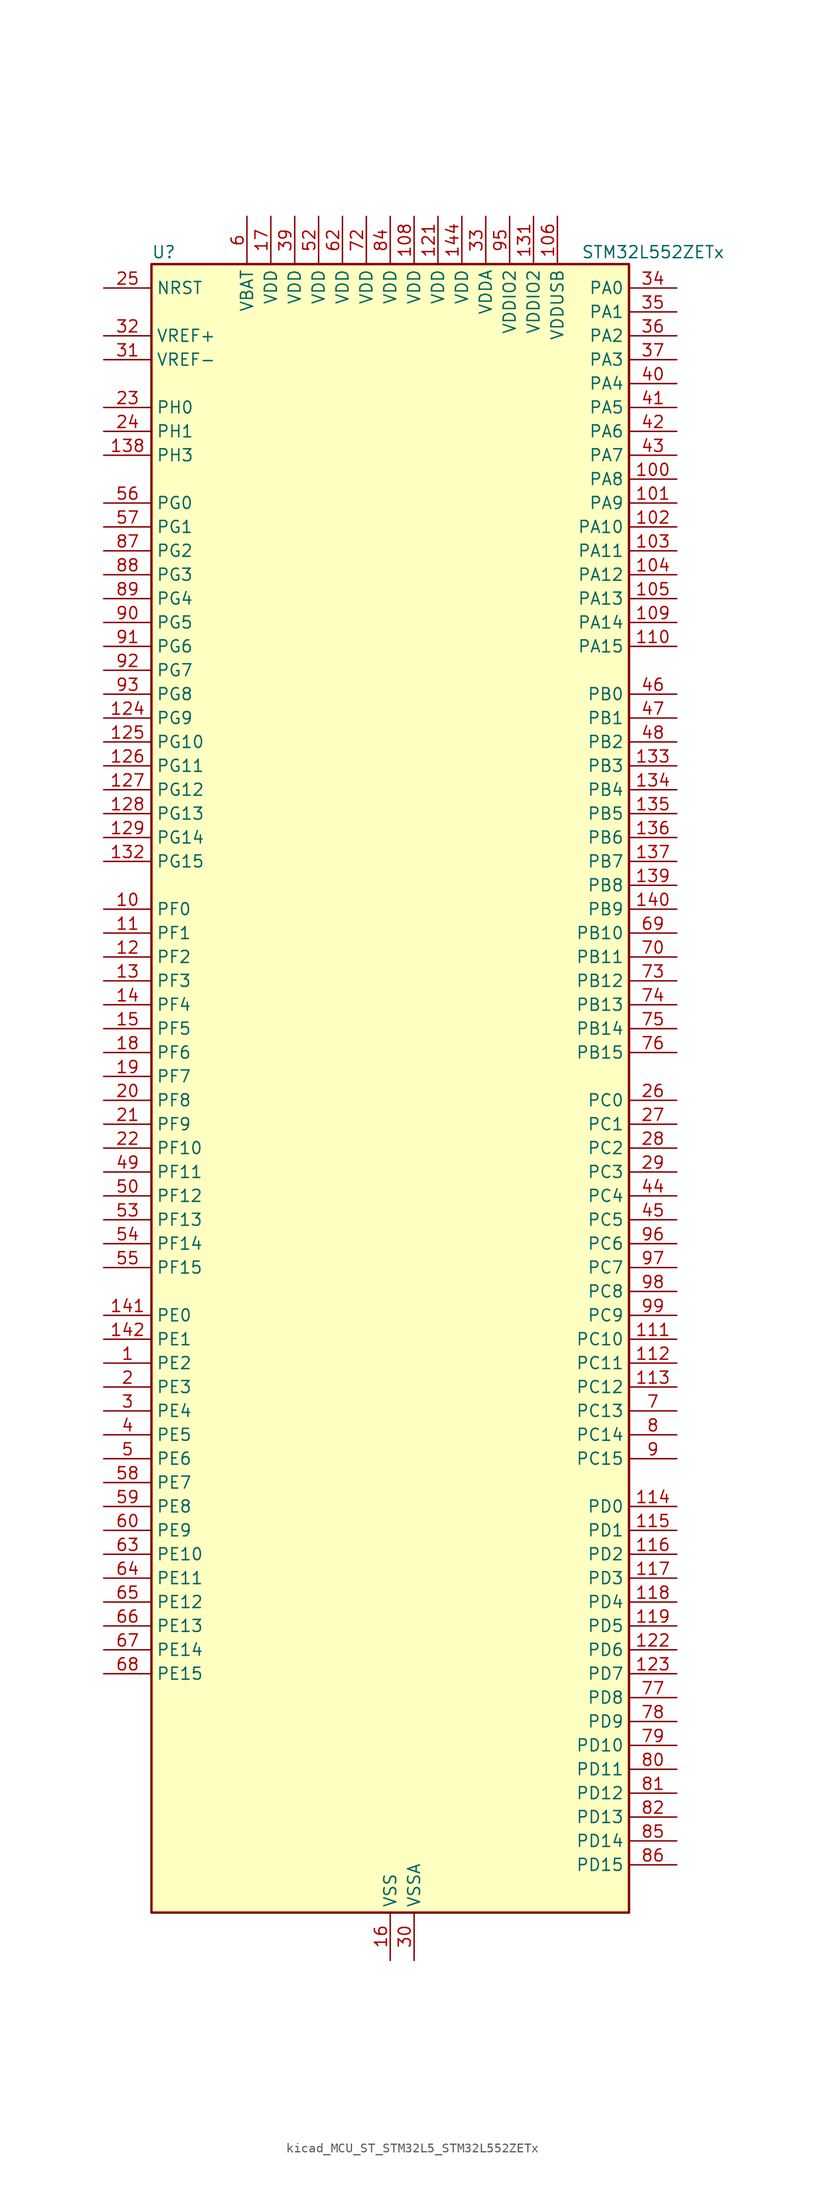
<source format=kicad_sym>
(kicad_symbol_lib
  (version 20220914)
  (generator kicad_symbol_editor)
  (symbol "kicad_MCU_ST_STM32L5_STM32L552ZETx"
    (property "Reference" "U"
      (at -25.4 90.17 0)
      (effects (font (size 1.27 1.27)) (justify left)))
    (property "Value" "STM32L552ZETx"
      (at 20.32 90.17 0)
      (effects (font (size 1.27 1.27)) (justify left)))
    (property "ki_locked" ""
      (at 0 0 0)
      (effects (font (size 1.27 1.27))))
    (symbol "kicad_MCU_ST_STM32L5_STM32L552ZETx_0_1"
      (rectangle (start -25.4 -86.36) (end 25.4 88.9) (stroke (width 0.254) (type default)) (fill (type background))))
    (symbol "kicad_MCU_ST_STM32L5_STM32L552ZETx_1_1"
      (pin bidirectional line (at -30.48 -27.94 0) (length 5.08) (name "PE2" (effects (font (size 1.27 1.27)))) (number "1" (effects (font (size 1.27 1.27)))) (alternate "DEBUG_TRACECLK" bidirectional line) (alternate "FMC_A23" bidirectional line) (alternate "SAI1_CK1" bidirectional line) (alternate "SAI1_MCLK_A" bidirectional line) (alternate "TIM3_ETR" bidirectional line) (alternate "TSC_G7_IO1" bidirectional line))
      (pin bidirectional line (at -30.48 20.32 0) (length 5.08) (name "PF0" (effects (font (size 1.27 1.27)))) (number "10" (effects (font (size 1.27 1.27)))) (alternate "FMC_A0" bidirectional line) (alternate "I2C2_SDA" bidirectional line))
      (pin bidirectional line (at 30.48 66.04 180) (length 5.08) (name "PA8" (effects (font (size 1.27 1.27)))) (number "100" (effects (font (size 1.27 1.27)))) (alternate "LPTIM2_OUT" bidirectional line) (alternate "RCC_MCO" bidirectional line) (alternate "SAI1_CK2" bidirectional line) (alternate "SAI1_SCK_A" bidirectional line) (alternate "TIM1_CH1" bidirectional line) (alternate "USART1_CK" bidirectional line))
      (pin bidirectional line (at 30.48 63.5 180) (length 5.08) (name "PA9" (effects (font (size 1.27 1.27)))) (number "101" (effects (font (size 1.27 1.27)))) (alternate "DAC1_EXTI9" bidirectional line) (alternate "SAI1_FS_A" bidirectional line) (alternate "SPI2_SCK" bidirectional line) (alternate "TIM15_BKIN" bidirectional line) (alternate "TIM1_CH2" bidirectional line) (alternate "USART1_TX" bidirectional line))
      (pin bidirectional line (at 30.48 60.96 180) (length 5.08) (name "PA10" (effects (font (size 1.27 1.27)))) (number "102" (effects (font (size 1.27 1.27)))) (alternate "CRS_SYNC" bidirectional line) (alternate "SAI1_D1" bidirectional line) (alternate "SAI1_SD_A" bidirectional line) (alternate "TIM17_BKIN" bidirectional line) (alternate "TIM1_CH3" bidirectional line) (alternate "USART1_RX" bidirectional line))
      (pin bidirectional line (at 30.48 58.42 180) (length 5.08) (name "PA11" (effects (font (size 1.27 1.27)))) (number "103" (effects (font (size 1.27 1.27)))) (alternate "ADC1_EXTI11" bidirectional line) (alternate "ADC2_EXTI11" bidirectional line) (alternate "FDCAN1_RX" bidirectional line) (alternate "SPI1_MISO" bidirectional line) (alternate "TIM1_BKIN2" bidirectional line) (alternate "TIM1_CH4" bidirectional line) (alternate "USART1_CTS" bidirectional line) (alternate "USART1_NSS" bidirectional line) (alternate "USB_DM" bidirectional line))
      (pin bidirectional line (at 30.48 55.88 180) (length 5.08) (name "PA12" (effects (font (size 1.27 1.27)))) (number "104" (effects (font (size 1.27 1.27)))) (alternate "FDCAN1_TX" bidirectional line) (alternate "SPI1_MOSI" bidirectional line) (alternate "TIM1_ETR" bidirectional line) (alternate "USART1_DE" bidirectional line) (alternate "USART1_RTS" bidirectional line) (alternate "USB_DP" bidirectional line))
      (pin bidirectional line (at 30.48 53.34 180) (length 5.08) (name "PA13" (effects (font (size 1.27 1.27)))) (number "105" (effects (font (size 1.27 1.27)))) (alternate "DEBUG_JTMS-SWDIO" bidirectional line) (alternate "IR_OUT" bidirectional line) (alternate "SAI1_SD_B" bidirectional line) (alternate "USB_NOE" bidirectional line))
      (pin power_in line (at 17.78 93.98 270) (length 5.08) (name "VDDUSB" (effects (font (size 1.27 1.27)))) (number "106" (effects (font (size 1.27 1.27)))))
      (pin passive line (at 0 -91.44 90) (length 5.08) hide (name "VSS" (effects (font (size 1.27 1.27)))) (number "107" (effects (font (size 1.27 1.27)))))
      (pin power_in line (at 2.54 93.98 270) (length 5.08) (name "VDD" (effects (font (size 1.27 1.27)))) (number "108" (effects (font (size 1.27 1.27)))))
      (pin bidirectional line (at 30.48 50.8 180) (length 5.08) (name "PA14" (effects (font (size 1.27 1.27)))) (number "109" (effects (font (size 1.27 1.27)))) (alternate "DEBUG_JTCK-SWCLK" bidirectional line) (alternate "I2C1_SMBA" bidirectional line) (alternate "I2C4_SMBA" bidirectional line) (alternate "LPTIM1_OUT" bidirectional line) (alternate "SAI1_FS_B" bidirectional line))
      (pin bidirectional line (at -30.48 17.78 0) (length 5.08) (name "PF1" (effects (font (size 1.27 1.27)))) (number "11" (effects (font (size 1.27 1.27)))) (alternate "FMC_A1" bidirectional line) (alternate "I2C2_SCL" bidirectional line))
      (pin bidirectional line (at 30.48 48.26 180) (length 5.08) (name "PA15" (effects (font (size 1.27 1.27)))) (number "110" (effects (font (size 1.27 1.27)))) (alternate "ADC1_EXTI15" bidirectional line) (alternate "ADC2_EXTI15" bidirectional line) (alternate "DEBUG_JTDI" bidirectional line) (alternate "SAI2_FS_B" bidirectional line) (alternate "SPI1_NSS" bidirectional line) (alternate "SPI3_NSS" bidirectional line) (alternate "TIM2_CH1" bidirectional line) (alternate "TIM2_ETR" bidirectional line) (alternate "UART4_DE" bidirectional line) (alternate "UART4_RTS" bidirectional line) (alternate "UCPD1_CC1" bidirectional line) (alternate "USART2_RX" bidirectional line) (alternate "USART3_DE" bidirectional line) (alternate "USART3_RTS" bidirectional line))
      (pin bidirectional line (at 30.48 -25.4 180) (length 5.08) (name "PC10" (effects (font (size 1.27 1.27)))) (number "111" (effects (font (size 1.27 1.27)))) (alternate "DEBUG_TRACED1" bidirectional line) (alternate "LPTIM3_ETR" bidirectional line) (alternate "SAI2_SCK_B" bidirectional line) (alternate "SDMMC1_D2" bidirectional line) (alternate "SPI3_SCK" bidirectional line) (alternate "TSC_G3_IO2" bidirectional line) (alternate "UART4_TX" bidirectional line) (alternate "USART3_TX" bidirectional line))
      (pin bidirectional line (at 30.48 -27.94 180) (length 5.08) (name "PC11" (effects (font (size 1.27 1.27)))) (number "112" (effects (font (size 1.27 1.27)))) (alternate "ADC1_EXTI11" bidirectional line) (alternate "ADC2_EXTI11" bidirectional line) (alternate "LPTIM3_IN1" bidirectional line) (alternate "OCTOSPI1_NCS" bidirectional line) (alternate "SAI2_MCLK_B" bidirectional line) (alternate "SDMMC1_D3" bidirectional line) (alternate "SPI3_MISO" bidirectional line) (alternate "TSC_G3_IO3" bidirectional line) (alternate "UART4_RX" bidirectional line) (alternate "UCPD1_FRSTX2" bidirectional line) (alternate "USART3_RX" bidirectional line))
      (pin bidirectional line (at 30.48 -30.48 180) (length 5.08) (name "PC12" (effects (font (size 1.27 1.27)))) (number "113" (effects (font (size 1.27 1.27)))) (alternate "DEBUG_TRACED3" bidirectional line) (alternate "SAI2_SD_B" bidirectional line) (alternate "SDMMC1_CK" bidirectional line) (alternate "SPI3_MOSI" bidirectional line) (alternate "TSC_G3_IO4" bidirectional line) (alternate "UART5_TX" bidirectional line) (alternate "USART3_CK" bidirectional line))
      (pin bidirectional line (at 30.48 -43.18 180) (length 5.08) (name "PD0" (effects (font (size 1.27 1.27)))) (number "114" (effects (font (size 1.27 1.27)))) (alternate "FDCAN1_RX" bidirectional line) (alternate "FMC_D2" bidirectional line) (alternate "FMC_DA2" bidirectional line) (alternate "SPI2_NSS" bidirectional line))
      (pin bidirectional line (at 30.48 -45.72 180) (length 5.08) (name "PD1" (effects (font (size 1.27 1.27)))) (number "115" (effects (font (size 1.27 1.27)))) (alternate "FDCAN1_TX" bidirectional line) (alternate "FMC_D3" bidirectional line) (alternate "FMC_DA3" bidirectional line) (alternate "SPI2_SCK" bidirectional line))
      (pin bidirectional line (at 30.48 -48.26 180) (length 5.08) (name "PD2" (effects (font (size 1.27 1.27)))) (number "116" (effects (font (size 1.27 1.27)))) (alternate "DEBUG_TRACED2" bidirectional line) (alternate "SDMMC1_CMD" bidirectional line) (alternate "TIM3_ETR" bidirectional line) (alternate "TSC_SYNC" bidirectional line) (alternate "UART5_RX" bidirectional line) (alternate "USART3_DE" bidirectional line) (alternate "USART3_RTS" bidirectional line))
      (pin bidirectional line (at 30.48 -50.8 180) (length 5.08) (name "PD3" (effects (font (size 1.27 1.27)))) (number "117" (effects (font (size 1.27 1.27)))) (alternate "DFSDM1_DATIN0" bidirectional line) (alternate "FMC_CLK" bidirectional line) (alternate "SPI2_MISO" bidirectional line) (alternate "SPI2_SCK" bidirectional line) (alternate "USART2_CTS" bidirectional line) (alternate "USART2_NSS" bidirectional line))
      (pin bidirectional line (at 30.48 -53.34 180) (length 5.08) (name "PD4" (effects (font (size 1.27 1.27)))) (number "118" (effects (font (size 1.27 1.27)))) (alternate "DFSDM1_CKIN0" bidirectional line) (alternate "FMC_NOE" bidirectional line) (alternate "OCTOSPI1_IO4" bidirectional line) (alternate "SPI2_MOSI" bidirectional line) (alternate "USART2_DE" bidirectional line) (alternate "USART2_RTS" bidirectional line))
      (pin bidirectional line (at 30.48 -55.88 180) (length 5.08) (name "PD5" (effects (font (size 1.27 1.27)))) (number "119" (effects (font (size 1.27 1.27)))) (alternate "FMC_NWE" bidirectional line) (alternate "OCTOSPI1_IO5" bidirectional line) (alternate "USART2_TX" bidirectional line))
      (pin bidirectional line (at -30.48 15.24 0) (length 5.08) (name "PF2" (effects (font (size 1.27 1.27)))) (number "12" (effects (font (size 1.27 1.27)))) (alternate "FMC_A2" bidirectional line) (alternate "I2C2_SMBA" bidirectional line))
      (pin passive line (at 0 -91.44 90) (length 5.08) hide (name "VSS" (effects (font (size 1.27 1.27)))) (number "120" (effects (font (size 1.27 1.27)))))
      (pin power_in line (at 5.08 93.98 270) (length 5.08) (name "VDD" (effects (font (size 1.27 1.27)))) (number "121" (effects (font (size 1.27 1.27)))))
      (pin bidirectional line (at 30.48 -58.42 180) (length 5.08) (name "PD6" (effects (font (size 1.27 1.27)))) (number "122" (effects (font (size 1.27 1.27)))) (alternate "DFSDM1_DATIN1" bidirectional line) (alternate "FMC_NWAIT" bidirectional line) (alternate "OCTOSPI1_IO6" bidirectional line) (alternate "SAI1_D1" bidirectional line) (alternate "SAI1_SD_A" bidirectional line) (alternate "SPI3_MOSI" bidirectional line) (alternate "USART2_RX" bidirectional line))
      (pin bidirectional line (at 30.48 -60.96 180) (length 5.08) (name "PD7" (effects (font (size 1.27 1.27)))) (number "123" (effects (font (size 1.27 1.27)))) (alternate "DFSDM1_CKIN1" bidirectional line) (alternate "FMC_NCE" bidirectional line) (alternate "FMC_NE1" bidirectional line) (alternate "OCTOSPI1_IO7" bidirectional line) (alternate "USART2_CK" bidirectional line))
      (pin bidirectional line (at -30.48 40.64 0) (length 5.08) (name "PG9" (effects (font (size 1.27 1.27)))) (number "124" (effects (font (size 1.27 1.27)))) (alternate "DAC1_EXTI9" bidirectional line) (alternate "FMC_NCE" bidirectional line) (alternate "FMC_NE2" bidirectional line) (alternate "SAI2_SCK_A" bidirectional line) (alternate "SPI3_SCK" bidirectional line) (alternate "TIM15_CH1N" bidirectional line) (alternate "USART1_TX" bidirectional line))
      (pin bidirectional line (at -30.48 38.1 0) (length 5.08) (name "PG10" (effects (font (size 1.27 1.27)))) (number "125" (effects (font (size 1.27 1.27)))) (alternate "FMC_NE3" bidirectional line) (alternate "LPTIM1_IN1" bidirectional line) (alternate "SAI2_FS_A" bidirectional line) (alternate "SPI3_MISO" bidirectional line) (alternate "TIM15_CH1" bidirectional line) (alternate "USART1_RX" bidirectional line))
      (pin bidirectional line (at -30.48 35.56 0) (length 5.08) (name "PG11" (effects (font (size 1.27 1.27)))) (number "126" (effects (font (size 1.27 1.27)))) (alternate "ADC1_EXTI11" bidirectional line) (alternate "ADC2_EXTI11" bidirectional line) (alternate "LPTIM1_IN2" bidirectional line) (alternate "OCTOSPI1_IO5" bidirectional line) (alternate "SAI2_MCLK_A" bidirectional line) (alternate "SPI3_MOSI" bidirectional line) (alternate "TIM15_CH2" bidirectional line) (alternate "USART1_CTS" bidirectional line) (alternate "USART1_NSS" bidirectional line))
      (pin bidirectional line (at -30.48 33.02 0) (length 5.08) (name "PG12" (effects (font (size 1.27 1.27)))) (number "127" (effects (font (size 1.27 1.27)))) (alternate "FMC_NE4" bidirectional line) (alternate "LPTIM1_ETR" bidirectional line) (alternate "SAI2_SD_A" bidirectional line) (alternate "SPI3_NSS" bidirectional line) (alternate "USART1_DE" bidirectional line) (alternate "USART1_RTS" bidirectional line))
      (pin bidirectional line (at -30.48 30.48 0) (length 5.08) (name "PG13" (effects (font (size 1.27 1.27)))) (number "128" (effects (font (size 1.27 1.27)))) (alternate "FMC_A24" bidirectional line) (alternate "I2C1_SDA" bidirectional line) (alternate "USART1_CK" bidirectional line))
      (pin bidirectional line (at -30.48 27.94 0) (length 5.08) (name "PG14" (effects (font (size 1.27 1.27)))) (number "129" (effects (font (size 1.27 1.27)))) (alternate "FMC_A25" bidirectional line) (alternate "I2C1_SCL" bidirectional line))
      (pin bidirectional line (at -30.48 12.7 0) (length 5.08) (name "PF3" (effects (font (size 1.27 1.27)))) (number "13" (effects (font (size 1.27 1.27)))) (alternate "FMC_A3" bidirectional line) (alternate "LPTIM3_IN1" bidirectional line))
      (pin passive line (at 0 -91.44 90) (length 5.08) hide (name "VSS" (effects (font (size 1.27 1.27)))) (number "130" (effects (font (size 1.27 1.27)))))
      (pin power_in line (at 15.24 93.98 270) (length 5.08) (name "VDDIO2" (effects (font (size 1.27 1.27)))) (number "131" (effects (font (size 1.27 1.27)))))
      (pin bidirectional line (at -30.48 25.4 0) (length 5.08) (name "PG15" (effects (font (size 1.27 1.27)))) (number "132" (effects (font (size 1.27 1.27)))) (alternate "ADC1_EXTI15" bidirectional line) (alternate "ADC2_EXTI15" bidirectional line) (alternate "I2C1_SMBA" bidirectional line) (alternate "LPTIM1_OUT" bidirectional line))
      (pin bidirectional line (at 30.48 35.56 180) (length 5.08) (name "PB3" (effects (font (size 1.27 1.27)))) (number "133" (effects (font (size 1.27 1.27)))) (alternate "COMP2_INM" bidirectional line) (alternate "CRS_SYNC" bidirectional line) (alternate "DEBUG_JTDO-SWO" bidirectional line) (alternate "SAI1_SCK_B" bidirectional line) (alternate "SPI1_SCK" bidirectional line) (alternate "SPI3_SCK" bidirectional line) (alternate "TIM2_CH2" bidirectional line) (alternate "USART1_DE" bidirectional line) (alternate "USART1_RTS" bidirectional line))
      (pin bidirectional line (at 30.48 33.02 180) (length 5.08) (name "PB4" (effects (font (size 1.27 1.27)))) (number "134" (effects (font (size 1.27 1.27)))) (alternate "COMP2_INP" bidirectional line) (alternate "DEBUG_JTRST" bidirectional line) (alternate "I2C3_SDA" bidirectional line) (alternate "SAI1_MCLK_B" bidirectional line) (alternate "SPI1_MISO" bidirectional line) (alternate "SPI3_MISO" bidirectional line) (alternate "TIM17_BKIN" bidirectional line) (alternate "TIM3_CH1" bidirectional line) (alternate "TSC_G2_IO1" bidirectional line) (alternate "UART5_DE" bidirectional line) (alternate "UART5_RTS" bidirectional line) (alternate "USART1_CTS" bidirectional line) (alternate "USART1_NSS" bidirectional line))
      (pin bidirectional line (at 30.48 30.48 180) (length 5.08) (name "PB5" (effects (font (size 1.27 1.27)))) (number "135" (effects (font (size 1.27 1.27)))) (alternate "COMP2_OUT" bidirectional line) (alternate "I2C1_SMBA" bidirectional line) (alternate "LPTIM1_IN1" bidirectional line) (alternate "OCTOSPI1_NCLK" bidirectional line) (alternate "SAI1_SD_B" bidirectional line) (alternate "SPI1_MOSI" bidirectional line) (alternate "SPI3_MOSI" bidirectional line) (alternate "TIM16_BKIN" bidirectional line) (alternate "TIM3_CH2" bidirectional line) (alternate "TSC_G2_IO2" bidirectional line) (alternate "UART5_CTS" bidirectional line) (alternate "UCPD1_DBCC1" bidirectional line) (alternate "USART1_CK" bidirectional line))
      (pin bidirectional line (at 30.48 27.94 180) (length 5.08) (name "PB6" (effects (font (size 1.27 1.27)))) (number "136" (effects (font (size 1.27 1.27)))) (alternate "COMP2_INP" bidirectional line) (alternate "I2C1_SCL" bidirectional line) (alternate "I2C4_SCL" bidirectional line) (alternate "LPTIM1_ETR" bidirectional line) (alternate "SAI1_FS_B" bidirectional line) (alternate "TIM16_CH1N" bidirectional line) (alternate "TIM4_CH1" bidirectional line) (alternate "TIM8_BKIN2" bidirectional line) (alternate "TSC_G2_IO3" bidirectional line) (alternate "USART1_TX" bidirectional line))
      (pin bidirectional line (at 30.48 25.4 180) (length 5.08) (name "PB7" (effects (font (size 1.27 1.27)))) (number "137" (effects (font (size 1.27 1.27)))) (alternate "COMP2_INM" bidirectional line) (alternate "FMC_NL" bidirectional line) (alternate "I2C1_SDA" bidirectional line) (alternate "I2C4_SDA" bidirectional line) (alternate "LPTIM1_IN2" bidirectional line) (alternate "PWR_PVD_IN" bidirectional line) (alternate "TIM17_CH1N" bidirectional line) (alternate "TIM4_CH2" bidirectional line) (alternate "TIM8_BKIN" bidirectional line) (alternate "TSC_G2_IO4" bidirectional line) (alternate "UART4_CTS" bidirectional line) (alternate "USART1_RX" bidirectional line))
      (pin bidirectional line (at -30.48 68.58 0) (length 5.08) (name "PH3" (effects (font (size 1.27 1.27)))) (number "138" (effects (font (size 1.27 1.27)))))
      (pin bidirectional line (at 30.48 22.86 180) (length 5.08) (name "PB8" (effects (font (size 1.27 1.27)))) (number "139" (effects (font (size 1.27 1.27)))) (alternate "DFSDM1_CKOUT" bidirectional line) (alternate "FDCAN1_RX" bidirectional line) (alternate "I2C1_SCL" bidirectional line) (alternate "SAI1_CK1" bidirectional line) (alternate "SAI1_MCLK_A" bidirectional line) (alternate "SDMMC1_CKIN" bidirectional line) (alternate "SDMMC1_D4" bidirectional line) (alternate "TIM16_CH1" bidirectional line) (alternate "TIM4_CH3" bidirectional line))
      (pin bidirectional line (at -30.48 10.16 0) (length 5.08) (name "PF4" (effects (font (size 1.27 1.27)))) (number "14" (effects (font (size 1.27 1.27)))) (alternate "FMC_A4" bidirectional line) (alternate "LPTIM3_ETR" bidirectional line))
      (pin bidirectional line (at 30.48 20.32 180) (length 5.08) (name "PB9" (effects (font (size 1.27 1.27)))) (number "140" (effects (font (size 1.27 1.27)))) (alternate "DAC1_EXTI9" bidirectional line) (alternate "FDCAN1_TX" bidirectional line) (alternate "I2C1_SDA" bidirectional line) (alternate "IR_OUT" bidirectional line) (alternate "SAI1_D2" bidirectional line) (alternate "SAI1_FS_A" bidirectional line) (alternate "SDMMC1_CDIR" bidirectional line) (alternate "SDMMC1_D5" bidirectional line) (alternate "SPI2_NSS" bidirectional line) (alternate "TIM17_CH1" bidirectional line) (alternate "TIM4_CH4" bidirectional line))
      (pin bidirectional line (at -30.48 -22.86 0) (length 5.08) (name "PE0" (effects (font (size 1.27 1.27)))) (number "141" (effects (font (size 1.27 1.27)))) (alternate "FMC_NBL0" bidirectional line) (alternate "TIM16_CH1" bidirectional line) (alternate "TIM4_ETR" bidirectional line))
      (pin bidirectional line (at -30.48 -25.4 0) (length 5.08) (name "PE1" (effects (font (size 1.27 1.27)))) (number "142" (effects (font (size 1.27 1.27)))) (alternate "FMC_NBL1" bidirectional line) (alternate "TIM17_CH1" bidirectional line))
      (pin passive line (at 0 -91.44 90) (length 5.08) hide (name "VSS" (effects (font (size 1.27 1.27)))) (number "143" (effects (font (size 1.27 1.27)))))
      (pin power_in line (at 7.62 93.98 270) (length 5.08) (name "VDD" (effects (font (size 1.27 1.27)))) (number "144" (effects (font (size 1.27 1.27)))))
      (pin bidirectional line (at -30.48 7.62 0) (length 5.08) (name "PF5" (effects (font (size 1.27 1.27)))) (number "15" (effects (font (size 1.27 1.27)))) (alternate "FMC_A5" bidirectional line) (alternate "LPTIM3_OUT" bidirectional line))
      (pin power_in line (at 0 -91.44 90) (length 5.08) (name "VSS" (effects (font (size 1.27 1.27)))) (number "16" (effects (font (size 1.27 1.27)))))
      (pin power_in line (at -12.7 93.98 270) (length 5.08) (name "VDD" (effects (font (size 1.27 1.27)))) (number "17" (effects (font (size 1.27 1.27)))))
      (pin bidirectional line (at -30.48 5.08 0) (length 5.08) (name "PF6" (effects (font (size 1.27 1.27)))) (number "18" (effects (font (size 1.27 1.27)))) (alternate "OCTOSPI1_IO3" bidirectional line) (alternate "SAI1_SD_B" bidirectional line) (alternate "TIM5_CH1" bidirectional line) (alternate "TIM5_ETR" bidirectional line))
      (pin bidirectional line (at -30.48 2.54 0) (length 5.08) (name "PF7" (effects (font (size 1.27 1.27)))) (number "19" (effects (font (size 1.27 1.27)))) (alternate "OCTOSPI1_IO2" bidirectional line) (alternate "SAI1_MCLK_B" bidirectional line) (alternate "TAMP_IN6" bidirectional line) (alternate "TAMP_OUT3" bidirectional line) (alternate "TIM5_CH2" bidirectional line))
      (pin bidirectional line (at -30.48 -30.48 0) (length 5.08) (name "PE3" (effects (font (size 1.27 1.27)))) (number "2" (effects (font (size 1.27 1.27)))) (alternate "DEBUG_TRACED0" bidirectional line) (alternate "FMC_A19" bidirectional line) (alternate "OCTOSPI1_DQS" bidirectional line) (alternate "SAI1_SD_B" bidirectional line) (alternate "TIM3_CH1" bidirectional line) (alternate "TSC_G7_IO2" bidirectional line))
      (pin bidirectional line (at -30.48 0 0) (length 5.08) (name "PF8" (effects (font (size 1.27 1.27)))) (number "20" (effects (font (size 1.27 1.27)))) (alternate "OCTOSPI1_IO0" bidirectional line) (alternate "SAI1_SCK_B" bidirectional line) (alternate "TAMP_IN7" bidirectional line) (alternate "TAMP_OUT8" bidirectional line) (alternate "TIM5_CH3" bidirectional line))
      (pin bidirectional line (at -30.48 -2.54 0) (length 5.08) (name "PF9" (effects (font (size 1.27 1.27)))) (number "21" (effects (font (size 1.27 1.27)))) (alternate "DAC1_EXTI9" bidirectional line) (alternate "OCTOSPI1_IO1" bidirectional line) (alternate "SAI1_FS_B" bidirectional line) (alternate "TAMP_IN8" bidirectional line) (alternate "TAMP_OUT7" bidirectional line) (alternate "TIM15_CH1" bidirectional line) (alternate "TIM5_CH4" bidirectional line))
      (pin bidirectional line (at -30.48 -5.08 0) (length 5.08) (name "PF10" (effects (font (size 1.27 1.27)))) (number "22" (effects (font (size 1.27 1.27)))) (alternate "DFSDM1_CKOUT" bidirectional line) (alternate "OCTOSPI1_CLK" bidirectional line) (alternate "SAI1_D3" bidirectional line) (alternate "TIM15_CH2" bidirectional line))
      (pin bidirectional line (at -30.48 73.66 0) (length 5.08) (name "PH0" (effects (font (size 1.27 1.27)))) (number "23" (effects (font (size 1.27 1.27)))) (alternate "RCC_OSC_IN" bidirectional line))
      (pin bidirectional line (at -30.48 71.12 0) (length 5.08) (name "PH1" (effects (font (size 1.27 1.27)))) (number "24" (effects (font (size 1.27 1.27)))) (alternate "RCC_OSC_OUT" bidirectional line))
      (pin input line (at -30.48 86.36 0) (length 5.08) (name "NRST" (effects (font (size 1.27 1.27)))) (number "25" (effects (font (size 1.27 1.27)))))
      (pin bidirectional line (at 30.48 0 180) (length 5.08) (name "PC0" (effects (font (size 1.27 1.27)))) (number "26" (effects (font (size 1.27 1.27)))) (alternate "ADC1_IN1" bidirectional line) (alternate "ADC2_IN1" bidirectional line) (alternate "I2C3_SCL" bidirectional line) (alternate "LPTIM1_IN1" bidirectional line) (alternate "LPTIM2_IN1" bidirectional line) (alternate "LPUART1_RX" bidirectional line) (alternate "OCTOSPI1_IO7" bidirectional line) (alternate "SAI2_FS_A" bidirectional line) (alternate "SDMMC1_D5" bidirectional line))
      (pin bidirectional line (at 30.48 -2.54 180) (length 5.08) (name "PC1" (effects (font (size 1.27 1.27)))) (number "27" (effects (font (size 1.27 1.27)))) (alternate "ADC1_IN2" bidirectional line) (alternate "ADC2_IN2" bidirectional line) (alternate "DEBUG_TRACED0" bidirectional line) (alternate "I2C3_SDA" bidirectional line) (alternate "LPTIM1_OUT" bidirectional line) (alternate "LPUART1_TX" bidirectional line) (alternate "OCTOSPI1_IO4" bidirectional line) (alternate "SAI1_SD_A" bidirectional line) (alternate "SPI2_MOSI" bidirectional line))
      (pin bidirectional line (at 30.48 -5.08 180) (length 5.08) (name "PC2" (effects (font (size 1.27 1.27)))) (number "28" (effects (font (size 1.27 1.27)))) (alternate "ADC1_IN3" bidirectional line) (alternate "ADC2_IN3" bidirectional line) (alternate "DFSDM1_CKOUT" bidirectional line) (alternate "LPTIM1_IN2" bidirectional line) (alternate "OCTOSPI1_IO5" bidirectional line) (alternate "SPI2_MISO" bidirectional line))
      (pin bidirectional line (at 30.48 -7.62 180) (length 5.08) (name "PC3" (effects (font (size 1.27 1.27)))) (number "29" (effects (font (size 1.27 1.27)))) (alternate "ADC1_IN4" bidirectional line) (alternate "ADC2_IN4" bidirectional line) (alternate "LPTIM1_ETR" bidirectional line) (alternate "LPTIM2_ETR" bidirectional line) (alternate "LPTIM3_OUT" bidirectional line) (alternate "OCTOSPI1_IO6" bidirectional line) (alternate "SAI1_D1" bidirectional line) (alternate "SAI1_SD_A" bidirectional line) (alternate "SPI2_MOSI" bidirectional line))
      (pin bidirectional line (at -30.48 -33.02 0) (length 5.08) (name "PE4" (effects (font (size 1.27 1.27)))) (number "3" (effects (font (size 1.27 1.27)))) (alternate "DEBUG_TRACED1" bidirectional line) (alternate "DFSDM1_DATIN3" bidirectional line) (alternate "FMC_A20" bidirectional line) (alternate "SAI1_D2" bidirectional line) (alternate "SAI1_FS_A" bidirectional line) (alternate "TIM3_CH2" bidirectional line) (alternate "TSC_G7_IO3" bidirectional line))
      (pin power_in line (at 2.54 -91.44 90) (length 5.08) (name "VSSA" (effects (font (size 1.27 1.27)))) (number "30" (effects (font (size 1.27 1.27)))))
      (pin input line (at -30.48 78.74 0) (length 5.08) (name "VREF-" (effects (font (size 1.27 1.27)))) (number "31" (effects (font (size 1.27 1.27)))))
      (pin input line (at -30.48 81.28 0) (length 5.08) (name "VREF+" (effects (font (size 1.27 1.27)))) (number "32" (effects (font (size 1.27 1.27)))))
      (pin power_in line (at 10.16 93.98 270) (length 5.08) (name "VDDA" (effects (font (size 1.27 1.27)))) (number "33" (effects (font (size 1.27 1.27)))))
      (pin bidirectional line (at 30.48 86.36 180) (length 5.08) (name "PA0" (effects (font (size 1.27 1.27)))) (number "34" (effects (font (size 1.27 1.27)))) (alternate "ADC1_IN5" bidirectional line) (alternate "ADC2_IN5" bidirectional line) (alternate "OPAMP1_VINP" bidirectional line) (alternate "PWR_WKUP1" bidirectional line) (alternate "SAI1_EXTCLK" bidirectional line) (alternate "TAMP_IN2" bidirectional line) (alternate "TAMP_OUT1" bidirectional line) (alternate "TIM2_CH1" bidirectional line) (alternate "TIM2_ETR" bidirectional line) (alternate "TIM5_CH1" bidirectional line) (alternate "TIM8_ETR" bidirectional line) (alternate "UART4_TX" bidirectional line) (alternate "USART2_CTS" bidirectional line) (alternate "USART2_NSS" bidirectional line))
      (pin bidirectional line (at 30.48 83.82 180) (length 5.08) (name "PA1" (effects (font (size 1.27 1.27)))) (number "35" (effects (font (size 1.27 1.27)))) (alternate "ADC1_IN6" bidirectional line) (alternate "ADC2_IN6" bidirectional line) (alternate "I2C1_SMBA" bidirectional line) (alternate "OCTOSPI1_DQS" bidirectional line) (alternate "OPAMP1_VINM" bidirectional line) (alternate "SPI1_SCK" bidirectional line) (alternate "TAMP_IN5" bidirectional line) (alternate "TAMP_OUT4" bidirectional line) (alternate "TIM15_CH1N" bidirectional line) (alternate "TIM2_CH2" bidirectional line) (alternate "TIM5_CH2" bidirectional line) (alternate "UART4_RX" bidirectional line) (alternate "USART2_DE" bidirectional line) (alternate "USART2_RTS" bidirectional line))
      (pin bidirectional line (at 30.48 81.28 180) (length 5.08) (name "PA2" (effects (font (size 1.27 1.27)))) (number "36" (effects (font (size 1.27 1.27)))) (alternate "ADC1_IN7" bidirectional line) (alternate "ADC2_IN7" bidirectional line) (alternate "COMP1_INP" bidirectional line) (alternate "LPUART1_TX" bidirectional line) (alternate "OCTOSPI1_NCS" bidirectional line) (alternate "PWR_WKUP4" bidirectional line) (alternate "RCC_LSCO" bidirectional line) (alternate "SAI2_EXTCLK" bidirectional line) (alternate "TIM15_CH1" bidirectional line) (alternate "TIM2_CH3" bidirectional line) (alternate "TIM5_CH3" bidirectional line) (alternate "UCPD1_FRSTX1" bidirectional line) (alternate "USART2_TX" bidirectional line))
      (pin bidirectional line (at 30.48 78.74 180) (length 5.08) (name "PA3" (effects (font (size 1.27 1.27)))) (number "37" (effects (font (size 1.27 1.27)))) (alternate "ADC1_IN8" bidirectional line) (alternate "ADC2_IN8" bidirectional line) (alternate "LPUART1_RX" bidirectional line) (alternate "OCTOSPI1_CLK" bidirectional line) (alternate "OPAMP1_VOUT" bidirectional line) (alternate "SAI1_CK1" bidirectional line) (alternate "SAI1_MCLK_A" bidirectional line) (alternate "TIM15_CH2" bidirectional line) (alternate "TIM2_CH4" bidirectional line) (alternate "TIM5_CH4" bidirectional line) (alternate "USART2_RX" bidirectional line))
      (pin passive line (at 0 -91.44 90) (length 5.08) hide (name "VSS" (effects (font (size 1.27 1.27)))) (number "38" (effects (font (size 1.27 1.27)))))
      (pin power_in line (at -10.16 93.98 270) (length 5.08) (name "VDD" (effects (font (size 1.27 1.27)))) (number "39" (effects (font (size 1.27 1.27)))))
      (pin bidirectional line (at -30.48 -35.56 0) (length 5.08) (name "PE5" (effects (font (size 1.27 1.27)))) (number "4" (effects (font (size 1.27 1.27)))) (alternate "DEBUG_TRACED2" bidirectional line) (alternate "DFSDM1_CKIN3" bidirectional line) (alternate "FMC_A21" bidirectional line) (alternate "SAI1_CK2" bidirectional line) (alternate "SAI1_SCK_A" bidirectional line) (alternate "TIM3_CH3" bidirectional line) (alternate "TSC_G7_IO4" bidirectional line))
      (pin bidirectional line (at 30.48 76.2 180) (length 5.08) (name "PA4" (effects (font (size 1.27 1.27)))) (number "40" (effects (font (size 1.27 1.27)))) (alternate "ADC1_IN9" bidirectional line) (alternate "ADC2_IN9" bidirectional line) (alternate "DAC1_OUT1" bidirectional line) (alternate "LPTIM2_OUT" bidirectional line) (alternate "OCTOSPI1_NCS" bidirectional line) (alternate "SAI1_FS_B" bidirectional line) (alternate "SPI1_NSS" bidirectional line) (alternate "SPI3_NSS" bidirectional line) (alternate "USART2_CK" bidirectional line))
      (pin bidirectional line (at 30.48 73.66 180) (length 5.08) (name "PA5" (effects (font (size 1.27 1.27)))) (number "41" (effects (font (size 1.27 1.27)))) (alternate "ADC1_IN10" bidirectional line) (alternate "ADC2_IN10" bidirectional line) (alternate "DAC1_OUT2" bidirectional line) (alternate "LPTIM2_ETR" bidirectional line) (alternate "SPI1_SCK" bidirectional line) (alternate "TIM2_CH1" bidirectional line) (alternate "TIM2_ETR" bidirectional line) (alternate "TIM8_CH1N" bidirectional line))
      (pin bidirectional line (at 30.48 71.12 180) (length 5.08) (name "PA6" (effects (font (size 1.27 1.27)))) (number "42" (effects (font (size 1.27 1.27)))) (alternate "ADC1_IN11" bidirectional line) (alternate "ADC2_IN11" bidirectional line) (alternate "LPUART1_CTS" bidirectional line) (alternate "OCTOSPI1_IO3" bidirectional line) (alternate "OPAMP2_VINP" bidirectional line) (alternate "SPI1_MISO" bidirectional line) (alternate "TIM16_CH1" bidirectional line) (alternate "TIM1_BKIN" bidirectional line) (alternate "TIM3_CH1" bidirectional line) (alternate "TIM8_BKIN" bidirectional line) (alternate "USART3_CTS" bidirectional line) (alternate "USART3_NSS" bidirectional line))
      (pin bidirectional line (at 30.48 68.58 180) (length 5.08) (name "PA7" (effects (font (size 1.27 1.27)))) (number "43" (effects (font (size 1.27 1.27)))) (alternate "ADC1_IN12" bidirectional line) (alternate "ADC2_IN12" bidirectional line) (alternate "I2C3_SCL" bidirectional line) (alternate "OCTOSPI1_IO2" bidirectional line) (alternate "OPAMP2_VINM" bidirectional line) (alternate "SPI1_MOSI" bidirectional line) (alternate "TIM17_CH1" bidirectional line) (alternate "TIM1_CH1N" bidirectional line) (alternate "TIM3_CH2" bidirectional line) (alternate "TIM8_CH1N" bidirectional line))
      (pin bidirectional line (at 30.48 -10.16 180) (length 5.08) (name "PC4" (effects (font (size 1.27 1.27)))) (number "44" (effects (font (size 1.27 1.27)))) (alternate "ADC1_IN13" bidirectional line) (alternate "ADC2_IN13" bidirectional line) (alternate "COMP1_INM" bidirectional line) (alternate "OCTOSPI1_IO7" bidirectional line) (alternate "USART3_TX" bidirectional line))
      (pin bidirectional line (at 30.48 -12.7 180) (length 5.08) (name "PC5" (effects (font (size 1.27 1.27)))) (number "45" (effects (font (size 1.27 1.27)))) (alternate "ADC1_IN14" bidirectional line) (alternate "ADC2_IN14" bidirectional line) (alternate "COMP1_INP" bidirectional line) (alternate "PWR_WKUP5" bidirectional line) (alternate "SAI1_D3" bidirectional line) (alternate "TAMP_IN4" bidirectional line) (alternate "TAMP_OUT5" bidirectional line) (alternate "USART3_RX" bidirectional line))
      (pin bidirectional line (at 30.48 43.18 180) (length 5.08) (name "PB0" (effects (font (size 1.27 1.27)))) (number "46" (effects (font (size 1.27 1.27)))) (alternate "ADC1_IN15" bidirectional line) (alternate "ADC2_IN15" bidirectional line) (alternate "COMP1_OUT" bidirectional line) (alternate "OCTOSPI1_IO1" bidirectional line) (alternate "OPAMP2_VOUT" bidirectional line) (alternate "SAI1_EXTCLK" bidirectional line) (alternate "SPI1_NSS" bidirectional line) (alternate "TIM1_CH2N" bidirectional line) (alternate "TIM3_CH3" bidirectional line) (alternate "TIM8_CH2N" bidirectional line) (alternate "USART3_CK" bidirectional line))
      (pin bidirectional line (at 30.48 40.64 180) (length 5.08) (name "PB1" (effects (font (size 1.27 1.27)))) (number "47" (effects (font (size 1.27 1.27)))) (alternate "ADC1_IN16" bidirectional line) (alternate "ADC2_IN16" bidirectional line) (alternate "COMP1_INM" bidirectional line) (alternate "DFSDM1_DATIN0" bidirectional line) (alternate "LPTIM2_IN1" bidirectional line) (alternate "LPUART1_DE" bidirectional line) (alternate "LPUART1_RTS" bidirectional line) (alternate "OCTOSPI1_IO0" bidirectional line) (alternate "TIM1_CH3N" bidirectional line) (alternate "TIM3_CH4" bidirectional line) (alternate "TIM8_CH3N" bidirectional line) (alternate "USART3_DE" bidirectional line) (alternate "USART3_RTS" bidirectional line))
      (pin bidirectional line (at 30.48 38.1 180) (length 5.08) (name "PB2" (effects (font (size 1.27 1.27)))) (number "48" (effects (font (size 1.27 1.27)))) (alternate "COMP1_INP" bidirectional line) (alternate "DFSDM1_CKIN0" bidirectional line) (alternate "I2C3_SMBA" bidirectional line) (alternate "LPTIM1_OUT" bidirectional line) (alternate "OCTOSPI1_DQS" bidirectional line) (alternate "RTC_OUT2" bidirectional line) (alternate "UCPD1_FRSTX1" bidirectional line))
      (pin bidirectional line (at -30.48 -7.62 0) (length 5.08) (name "PF11" (effects (font (size 1.27 1.27)))) (number "49" (effects (font (size 1.27 1.27)))) (alternate "ADC1_EXTI11" bidirectional line) (alternate "ADC2_EXTI11" bidirectional line) (alternate "OCTOSPI1_NCLK" bidirectional line))
      (pin bidirectional line (at -30.48 -38.1 0) (length 5.08) (name "PE6" (effects (font (size 1.27 1.27)))) (number "5" (effects (font (size 1.27 1.27)))) (alternate "DEBUG_TRACED3" bidirectional line) (alternate "FMC_A22" bidirectional line) (alternate "PWR_WKUP3" bidirectional line) (alternate "SAI1_D1" bidirectional line) (alternate "SAI1_SD_A" bidirectional line) (alternate "TAMP_IN3" bidirectional line) (alternate "TAMP_OUT6" bidirectional line) (alternate "TIM3_CH4" bidirectional line))
      (pin bidirectional line (at -30.48 -10.16 0) (length 5.08) (name "PF12" (effects (font (size 1.27 1.27)))) (number "50" (effects (font (size 1.27 1.27)))) (alternate "FMC_A6" bidirectional line))
      (pin passive line (at 0 -91.44 90) (length 5.08) hide (name "VSS" (effects (font (size 1.27 1.27)))) (number "51" (effects (font (size 1.27 1.27)))))
      (pin power_in line (at -7.62 93.98 270) (length 5.08) (name "VDD" (effects (font (size 1.27 1.27)))) (number "52" (effects (font (size 1.27 1.27)))))
      (pin bidirectional line (at -30.48 -12.7 0) (length 5.08) (name "PF13" (effects (font (size 1.27 1.27)))) (number "53" (effects (font (size 1.27 1.27)))) (alternate "FMC_A7" bidirectional line) (alternate "I2C4_SMBA" bidirectional line))
      (pin bidirectional line (at -30.48 -15.24 0) (length 5.08) (name "PF14" (effects (font (size 1.27 1.27)))) (number "54" (effects (font (size 1.27 1.27)))) (alternate "FMC_A8" bidirectional line) (alternate "I2C4_SCL" bidirectional line) (alternate "TSC_G8_IO1" bidirectional line))
      (pin bidirectional line (at -30.48 -17.78 0) (length 5.08) (name "PF15" (effects (font (size 1.27 1.27)))) (number "55" (effects (font (size 1.27 1.27)))) (alternate "ADC1_EXTI15" bidirectional line) (alternate "ADC2_EXTI15" bidirectional line) (alternate "FMC_A9" bidirectional line) (alternate "I2C4_SDA" bidirectional line) (alternate "TSC_G8_IO2" bidirectional line))
      (pin bidirectional line (at -30.48 63.5 0) (length 5.08) (name "PG0" (effects (font (size 1.27 1.27)))) (number "56" (effects (font (size 1.27 1.27)))) (alternate "FMC_A10" bidirectional line) (alternate "TSC_G8_IO3" bidirectional line))
      (pin bidirectional line (at -30.48 60.96 0) (length 5.08) (name "PG1" (effects (font (size 1.27 1.27)))) (number "57" (effects (font (size 1.27 1.27)))) (alternate "FMC_A11" bidirectional line) (alternate "TSC_G8_IO4" bidirectional line))
      (pin bidirectional line (at -30.48 -40.64 0) (length 5.08) (name "PE7" (effects (font (size 1.27 1.27)))) (number "58" (effects (font (size 1.27 1.27)))) (alternate "DFSDM1_DATIN2" bidirectional line) (alternate "FMC_D4" bidirectional line) (alternate "FMC_DA4" bidirectional line) (alternate "SAI1_SD_B" bidirectional line) (alternate "TIM1_ETR" bidirectional line))
      (pin bidirectional line (at -30.48 -43.18 0) (length 5.08) (name "PE8" (effects (font (size 1.27 1.27)))) (number "59" (effects (font (size 1.27 1.27)))) (alternate "DFSDM1_CKIN2" bidirectional line) (alternate "FMC_D5" bidirectional line) (alternate "FMC_DA5" bidirectional line) (alternate "SAI1_SCK_B" bidirectional line) (alternate "TIM1_CH1N" bidirectional line))
      (pin power_in line (at -15.24 93.98 270) (length 5.08) (name "VBAT" (effects (font (size 1.27 1.27)))) (number "6" (effects (font (size 1.27 1.27)))))
      (pin bidirectional line (at -30.48 -45.72 0) (length 5.08) (name "PE9" (effects (font (size 1.27 1.27)))) (number "60" (effects (font (size 1.27 1.27)))) (alternate "DAC1_EXTI9" bidirectional line) (alternate "DFSDM1_CKOUT" bidirectional line) (alternate "FMC_D6" bidirectional line) (alternate "FMC_DA6" bidirectional line) (alternate "OCTOSPI1_NCLK" bidirectional line) (alternate "SAI1_FS_B" bidirectional line) (alternate "TIM1_CH1" bidirectional line))
      (pin passive line (at 0 -91.44 90) (length 5.08) hide (name "VSS" (effects (font (size 1.27 1.27)))) (number "61" (effects (font (size 1.27 1.27)))))
      (pin power_in line (at -5.08 93.98 270) (length 5.08) (name "VDD" (effects (font (size 1.27 1.27)))) (number "62" (effects (font (size 1.27 1.27)))))
      (pin bidirectional line (at -30.48 -48.26 0) (length 5.08) (name "PE10" (effects (font (size 1.27 1.27)))) (number "63" (effects (font (size 1.27 1.27)))) (alternate "FMC_D7" bidirectional line) (alternate "FMC_DA7" bidirectional line) (alternate "OCTOSPI1_CLK" bidirectional line) (alternate "SAI1_MCLK_B" bidirectional line) (alternate "TIM1_CH2N" bidirectional line) (alternate "TSC_G5_IO1" bidirectional line))
      (pin bidirectional line (at -30.48 -50.8 0) (length 5.08) (name "PE11" (effects (font (size 1.27 1.27)))) (number "64" (effects (font (size 1.27 1.27)))) (alternate "ADC1_EXTI11" bidirectional line) (alternate "ADC2_EXTI11" bidirectional line) (alternate "FMC_D8" bidirectional line) (alternate "FMC_DA8" bidirectional line) (alternate "OCTOSPI1_NCS" bidirectional line) (alternate "TIM1_CH2" bidirectional line) (alternate "TSC_G5_IO2" bidirectional line))
      (pin bidirectional line (at -30.48 -53.34 0) (length 5.08) (name "PE12" (effects (font (size 1.27 1.27)))) (number "65" (effects (font (size 1.27 1.27)))) (alternate "FMC_D9" bidirectional line) (alternate "FMC_DA9" bidirectional line) (alternate "OCTOSPI1_IO0" bidirectional line) (alternate "SPI1_NSS" bidirectional line) (alternate "TIM1_CH3N" bidirectional line) (alternate "TSC_G5_IO3" bidirectional line))
      (pin bidirectional line (at -30.48 -55.88 0) (length 5.08) (name "PE13" (effects (font (size 1.27 1.27)))) (number "66" (effects (font (size 1.27 1.27)))) (alternate "FMC_D10" bidirectional line) (alternate "FMC_DA10" bidirectional line) (alternate "OCTOSPI1_IO1" bidirectional line) (alternate "SPI1_SCK" bidirectional line) (alternate "TIM1_CH3" bidirectional line) (alternate "TSC_G5_IO4" bidirectional line))
      (pin bidirectional line (at -30.48 -58.42 0) (length 5.08) (name "PE14" (effects (font (size 1.27 1.27)))) (number "67" (effects (font (size 1.27 1.27)))) (alternate "FMC_D11" bidirectional line) (alternate "FMC_DA11" bidirectional line) (alternate "OCTOSPI1_IO2" bidirectional line) (alternate "SPI1_MISO" bidirectional line) (alternate "TIM1_BKIN2" bidirectional line) (alternate "TIM1_CH4" bidirectional line))
      (pin bidirectional line (at -30.48 -60.96 0) (length 5.08) (name "PE15" (effects (font (size 1.27 1.27)))) (number "68" (effects (font (size 1.27 1.27)))) (alternate "ADC1_EXTI15" bidirectional line) (alternate "ADC2_EXTI15" bidirectional line) (alternate "FMC_D12" bidirectional line) (alternate "FMC_DA12" bidirectional line) (alternate "OCTOSPI1_IO3" bidirectional line) (alternate "SPI1_MOSI" bidirectional line) (alternate "TIM1_BKIN" bidirectional line))
      (pin bidirectional line (at 30.48 17.78 180) (length 5.08) (name "PB10" (effects (font (size 1.27 1.27)))) (number "69" (effects (font (size 1.27 1.27)))) (alternate "COMP1_OUT" bidirectional line) (alternate "I2C2_SCL" bidirectional line) (alternate "I2C4_SCL" bidirectional line) (alternate "LPTIM3_OUT" bidirectional line) (alternate "LPUART1_RX" bidirectional line) (alternate "OCTOSPI1_CLK" bidirectional line) (alternate "SAI1_SCK_A" bidirectional line) (alternate "SPI2_SCK" bidirectional line) (alternate "TIM2_CH3" bidirectional line) (alternate "TSC_SYNC" bidirectional line) (alternate "USART3_TX" bidirectional line))
      (pin bidirectional line (at 30.48 -33.02 180) (length 5.08) (name "PC13" (effects (font (size 1.27 1.27)))) (number "7" (effects (font (size 1.27 1.27)))) (alternate "PWR_WKUP2" bidirectional line) (alternate "RTC_OUT1" bidirectional line) (alternate "RTC_TS" bidirectional line) (alternate "TAMP_IN1" bidirectional line) (alternate "TAMP_OUT2" bidirectional line))
      (pin bidirectional line (at 30.48 15.24 180) (length 5.08) (name "PB11" (effects (font (size 1.27 1.27)))) (number "70" (effects (font (size 1.27 1.27)))) (alternate "ADC1_EXTI11" bidirectional line) (alternate "ADC2_EXTI11" bidirectional line) (alternate "COMP2_OUT" bidirectional line) (alternate "I2C2_SDA" bidirectional line) (alternate "I2C4_SDA" bidirectional line) (alternate "LPUART1_TX" bidirectional line) (alternate "OCTOSPI1_NCS" bidirectional line) (alternate "TIM2_CH4" bidirectional line) (alternate "USART3_RX" bidirectional line))
      (pin passive line (at 0 -91.44 90) (length 5.08) hide (name "VSS" (effects (font (size 1.27 1.27)))) (number "71" (effects (font (size 1.27 1.27)))))
      (pin power_in line (at -2.54 93.98 270) (length 5.08) (name "VDD" (effects (font (size 1.27 1.27)))) (number "72" (effects (font (size 1.27 1.27)))))
      (pin bidirectional line (at 30.48 12.7 180) (length 5.08) (name "PB12" (effects (font (size 1.27 1.27)))) (number "73" (effects (font (size 1.27 1.27)))) (alternate "DFSDM1_DATIN1" bidirectional line) (alternate "I2C2_SMBA" bidirectional line) (alternate "LPUART1_DE" bidirectional line) (alternate "LPUART1_RTS" bidirectional line) (alternate "OCTOSPI1_NCLK" bidirectional line) (alternate "SAI2_FS_A" bidirectional line) (alternate "SPI2_NSS" bidirectional line) (alternate "TIM15_BKIN" bidirectional line) (alternate "TIM1_BKIN" bidirectional line) (alternate "TSC_G1_IO1" bidirectional line) (alternate "USART3_CK" bidirectional line))
      (pin bidirectional line (at 30.48 10.16 180) (length 5.08) (name "PB13" (effects (font (size 1.27 1.27)))) (number "74" (effects (font (size 1.27 1.27)))) (alternate "DFSDM1_CKIN1" bidirectional line) (alternate "I2C2_SCL" bidirectional line) (alternate "LPTIM3_IN1" bidirectional line) (alternate "LPUART1_CTS" bidirectional line) (alternate "SAI2_SCK_A" bidirectional line) (alternate "SPI2_SCK" bidirectional line) (alternate "TIM15_CH1N" bidirectional line) (alternate "TIM1_CH1N" bidirectional line) (alternate "TSC_G1_IO2" bidirectional line) (alternate "UCPD1_FRSTX2" bidirectional line) (alternate "USART3_CTS" bidirectional line) (alternate "USART3_NSS" bidirectional line))
      (pin bidirectional line (at 30.48 7.62 180) (length 5.08) (name "PB14" (effects (font (size 1.27 1.27)))) (number "75" (effects (font (size 1.27 1.27)))) (alternate "DFSDM1_DATIN2" bidirectional line) (alternate "I2C2_SDA" bidirectional line) (alternate "LPTIM3_ETR" bidirectional line) (alternate "SAI2_MCLK_A" bidirectional line) (alternate "SPI2_MISO" bidirectional line) (alternate "TIM15_CH1" bidirectional line) (alternate "TIM1_CH2N" bidirectional line) (alternate "TIM8_CH2N" bidirectional line) (alternate "TSC_G1_IO3" bidirectional line) (alternate "UCPD1_DBCC2" bidirectional line) (alternate "USART3_DE" bidirectional line) (alternate "USART3_RTS" bidirectional line))
      (pin bidirectional line (at 30.48 5.08 180) (length 5.08) (name "PB15" (effects (font (size 1.27 1.27)))) (number "76" (effects (font (size 1.27 1.27)))) (alternate "ADC1_EXTI15" bidirectional line) (alternate "ADC2_EXTI15" bidirectional line) (alternate "DFSDM1_CKIN2" bidirectional line) (alternate "RTC_REFIN" bidirectional line) (alternate "SAI2_SD_A" bidirectional line) (alternate "SPI2_MOSI" bidirectional line) (alternate "TIM15_CH2" bidirectional line) (alternate "TIM1_CH3N" bidirectional line) (alternate "TIM8_CH3N" bidirectional line) (alternate "UCPD1_CC2" bidirectional line))
      (pin bidirectional line (at 30.48 -63.5 180) (length 5.08) (name "PD8" (effects (font (size 1.27 1.27)))) (number "77" (effects (font (size 1.27 1.27)))) (alternate "FMC_D13" bidirectional line) (alternate "FMC_DA13" bidirectional line) (alternate "USART3_TX" bidirectional line))
      (pin bidirectional line (at 30.48 -66.04 180) (length 5.08) (name "PD9" (effects (font (size 1.27 1.27)))) (number "78" (effects (font (size 1.27 1.27)))) (alternate "DAC1_EXTI9" bidirectional line) (alternate "FMC_D14" bidirectional line) (alternate "FMC_DA14" bidirectional line) (alternate "SAI2_MCLK_A" bidirectional line) (alternate "USART3_RX" bidirectional line))
      (pin bidirectional line (at 30.48 -68.58 180) (length 5.08) (name "PD10" (effects (font (size 1.27 1.27)))) (number "79" (effects (font (size 1.27 1.27)))) (alternate "FMC_D15" bidirectional line) (alternate "FMC_DA15" bidirectional line) (alternate "SAI2_SCK_A" bidirectional line) (alternate "TSC_G6_IO1" bidirectional line) (alternate "USART3_CK" bidirectional line))
      (pin bidirectional line (at 30.48 -35.56 180) (length 5.08) (name "PC14" (effects (font (size 1.27 1.27)))) (number "8" (effects (font (size 1.27 1.27)))) (alternate "RCC_OSC32_IN" bidirectional line))
      (pin bidirectional line (at 30.48 -71.12 180) (length 5.08) (name "PD11" (effects (font (size 1.27 1.27)))) (number "80" (effects (font (size 1.27 1.27)))) (alternate "ADC1_EXTI11" bidirectional line) (alternate "ADC2_EXTI11" bidirectional line) (alternate "FMC_A16" bidirectional line) (alternate "FMC_CLE" bidirectional line) (alternate "I2C4_SMBA" bidirectional line) (alternate "LPTIM2_ETR" bidirectional line) (alternate "SAI2_SD_A" bidirectional line) (alternate "TSC_G6_IO2" bidirectional line) (alternate "USART3_CTS" bidirectional line) (alternate "USART3_NSS" bidirectional line))
      (pin bidirectional line (at 30.48 -73.66 180) (length 5.08) (name "PD12" (effects (font (size 1.27 1.27)))) (number "81" (effects (font (size 1.27 1.27)))) (alternate "FMC_A17" bidirectional line) (alternate "FMC_ALE" bidirectional line) (alternate "I2C4_SCL" bidirectional line) (alternate "LPTIM2_IN1" bidirectional line) (alternate "SAI2_FS_A" bidirectional line) (alternate "TIM4_CH1" bidirectional line) (alternate "TSC_G6_IO3" bidirectional line) (alternate "USART3_DE" bidirectional line) (alternate "USART3_RTS" bidirectional line))
      (pin bidirectional line (at 30.48 -76.2 180) (length 5.08) (name "PD13" (effects (font (size 1.27 1.27)))) (number "82" (effects (font (size 1.27 1.27)))) (alternate "FMC_A18" bidirectional line) (alternate "I2C4_SDA" bidirectional line) (alternate "LPTIM2_OUT" bidirectional line) (alternate "TIM4_CH2" bidirectional line) (alternate "TSC_G6_IO4" bidirectional line))
      (pin passive line (at 0 -91.44 90) (length 5.08) hide (name "VSS" (effects (font (size 1.27 1.27)))) (number "83" (effects (font (size 1.27 1.27)))))
      (pin power_in line (at 0 93.98 270) (length 5.08) (name "VDD" (effects (font (size 1.27 1.27)))) (number "84" (effects (font (size 1.27 1.27)))))
      (pin bidirectional line (at 30.48 -78.74 180) (length 5.08) (name "PD14" (effects (font (size 1.27 1.27)))) (number "85" (effects (font (size 1.27 1.27)))) (alternate "FMC_D0" bidirectional line) (alternate "FMC_DA0" bidirectional line) (alternate "TIM4_CH3" bidirectional line))
      (pin bidirectional line (at 30.48 -81.28 180) (length 5.08) (name "PD15" (effects (font (size 1.27 1.27)))) (number "86" (effects (font (size 1.27 1.27)))) (alternate "ADC1_EXTI15" bidirectional line) (alternate "ADC2_EXTI15" bidirectional line) (alternate "FMC_D1" bidirectional line) (alternate "FMC_DA1" bidirectional line) (alternate "TIM4_CH4" bidirectional line))
      (pin bidirectional line (at -30.48 58.42 0) (length 5.08) (name "PG2" (effects (font (size 1.27 1.27)))) (number "87" (effects (font (size 1.27 1.27)))) (alternate "FMC_A12" bidirectional line) (alternate "SAI2_SCK_B" bidirectional line) (alternate "SPI1_SCK" bidirectional line))
      (pin bidirectional line (at -30.48 55.88 0) (length 5.08) (name "PG3" (effects (font (size 1.27 1.27)))) (number "88" (effects (font (size 1.27 1.27)))) (alternate "FMC_A13" bidirectional line) (alternate "SAI2_FS_B" bidirectional line) (alternate "SPI1_MISO" bidirectional line))
      (pin bidirectional line (at -30.48 53.34 0) (length 5.08) (name "PG4" (effects (font (size 1.27 1.27)))) (number "89" (effects (font (size 1.27 1.27)))) (alternate "FMC_A14" bidirectional line) (alternate "SAI2_MCLK_B" bidirectional line) (alternate "SPI1_MOSI" bidirectional line))
      (pin bidirectional line (at 30.48 -38.1 180) (length 5.08) (name "PC15" (effects (font (size 1.27 1.27)))) (number "9" (effects (font (size 1.27 1.27)))) (alternate "ADC1_EXTI15" bidirectional line) (alternate "ADC2_EXTI15" bidirectional line) (alternate "RCC_OSC32_OUT" bidirectional line))
      (pin bidirectional line (at -30.48 50.8 0) (length 5.08) (name "PG5" (effects (font (size 1.27 1.27)))) (number "90" (effects (font (size 1.27 1.27)))) (alternate "FMC_A15" bidirectional line) (alternate "LPUART1_CTS" bidirectional line) (alternate "SAI2_SD_B" bidirectional line) (alternate "SPI1_NSS" bidirectional line))
      (pin bidirectional line (at -30.48 48.26 0) (length 5.08) (name "PG6" (effects (font (size 1.27 1.27)))) (number "91" (effects (font (size 1.27 1.27)))) (alternate "I2C3_SMBA" bidirectional line) (alternate "LPUART1_DE" bidirectional line) (alternate "LPUART1_RTS" bidirectional line) (alternate "OCTOSPI1_DQS" bidirectional line) (alternate "UCPD1_FRSTX1" bidirectional line))
      (pin bidirectional line (at -30.48 45.72 0) (length 5.08) (name "PG7" (effects (font (size 1.27 1.27)))) (number "92" (effects (font (size 1.27 1.27)))) (alternate "DFSDM1_CKOUT" bidirectional line) (alternate "FMC_INT" bidirectional line) (alternate "I2C3_SCL" bidirectional line) (alternate "LPUART1_TX" bidirectional line) (alternate "SAI1_CK1" bidirectional line) (alternate "SAI1_MCLK_A" bidirectional line) (alternate "UCPD1_FRSTX2" bidirectional line))
      (pin bidirectional line (at -30.48 43.18 0) (length 5.08) (name "PG8" (effects (font (size 1.27 1.27)))) (number "93" (effects (font (size 1.27 1.27)))) (alternate "I2C3_SDA" bidirectional line) (alternate "LPUART1_RX" bidirectional line))
      (pin passive line (at 0 -91.44 90) (length 5.08) hide (name "VSS" (effects (font (size 1.27 1.27)))) (number "94" (effects (font (size 1.27 1.27)))))
      (pin power_in line (at 12.7 93.98 270) (length 5.08) (name "VDDIO2" (effects (font (size 1.27 1.27)))) (number "95" (effects (font (size 1.27 1.27)))))
      (pin bidirectional line (at 30.48 -15.24 180) (length 5.08) (name "PC6" (effects (font (size 1.27 1.27)))) (number "96" (effects (font (size 1.27 1.27)))) (alternate "DFSDM1_CKIN3" bidirectional line) (alternate "SAI2_MCLK_A" bidirectional line) (alternate "SDMMC1_D0DIR" bidirectional line) (alternate "SDMMC1_D6" bidirectional line) (alternate "TIM3_CH1" bidirectional line) (alternate "TIM8_CH1" bidirectional line) (alternate "TSC_G4_IO1" bidirectional line))
      (pin bidirectional line (at 30.48 -17.78 180) (length 5.08) (name "PC7" (effects (font (size 1.27 1.27)))) (number "97" (effects (font (size 1.27 1.27)))) (alternate "DFSDM1_DATIN3" bidirectional line) (alternate "SAI2_MCLK_B" bidirectional line) (alternate "SDMMC1_D123DIR" bidirectional line) (alternate "SDMMC1_D7" bidirectional line) (alternate "TIM3_CH2" bidirectional line) (alternate "TIM8_CH2" bidirectional line) (alternate "TSC_G4_IO2" bidirectional line))
      (pin bidirectional line (at 30.48 -20.32 180) (length 5.08) (name "PC8" (effects (font (size 1.27 1.27)))) (number "98" (effects (font (size 1.27 1.27)))) (alternate "SDMMC1_D0" bidirectional line) (alternate "TIM3_CH3" bidirectional line) (alternate "TIM8_CH3" bidirectional line) (alternate "TSC_G4_IO3" bidirectional line))
      (pin bidirectional line (at 30.48 -22.86 180) (length 5.08) (name "PC9" (effects (font (size 1.27 1.27)))) (number "99" (effects (font (size 1.27 1.27)))) (alternate "DAC1_EXTI9" bidirectional line) (alternate "DEBUG_TRACED0" bidirectional line) (alternate "SAI2_EXTCLK" bidirectional line) (alternate "SDMMC1_D1" bidirectional line) (alternate "TIM3_CH4" bidirectional line) (alternate "TIM8_BKIN2" bidirectional line) (alternate "TIM8_CH4" bidirectional line) (alternate "TSC_G4_IO4" bidirectional line) (alternate "USB_NOE" bidirectional line)))))
</source>
